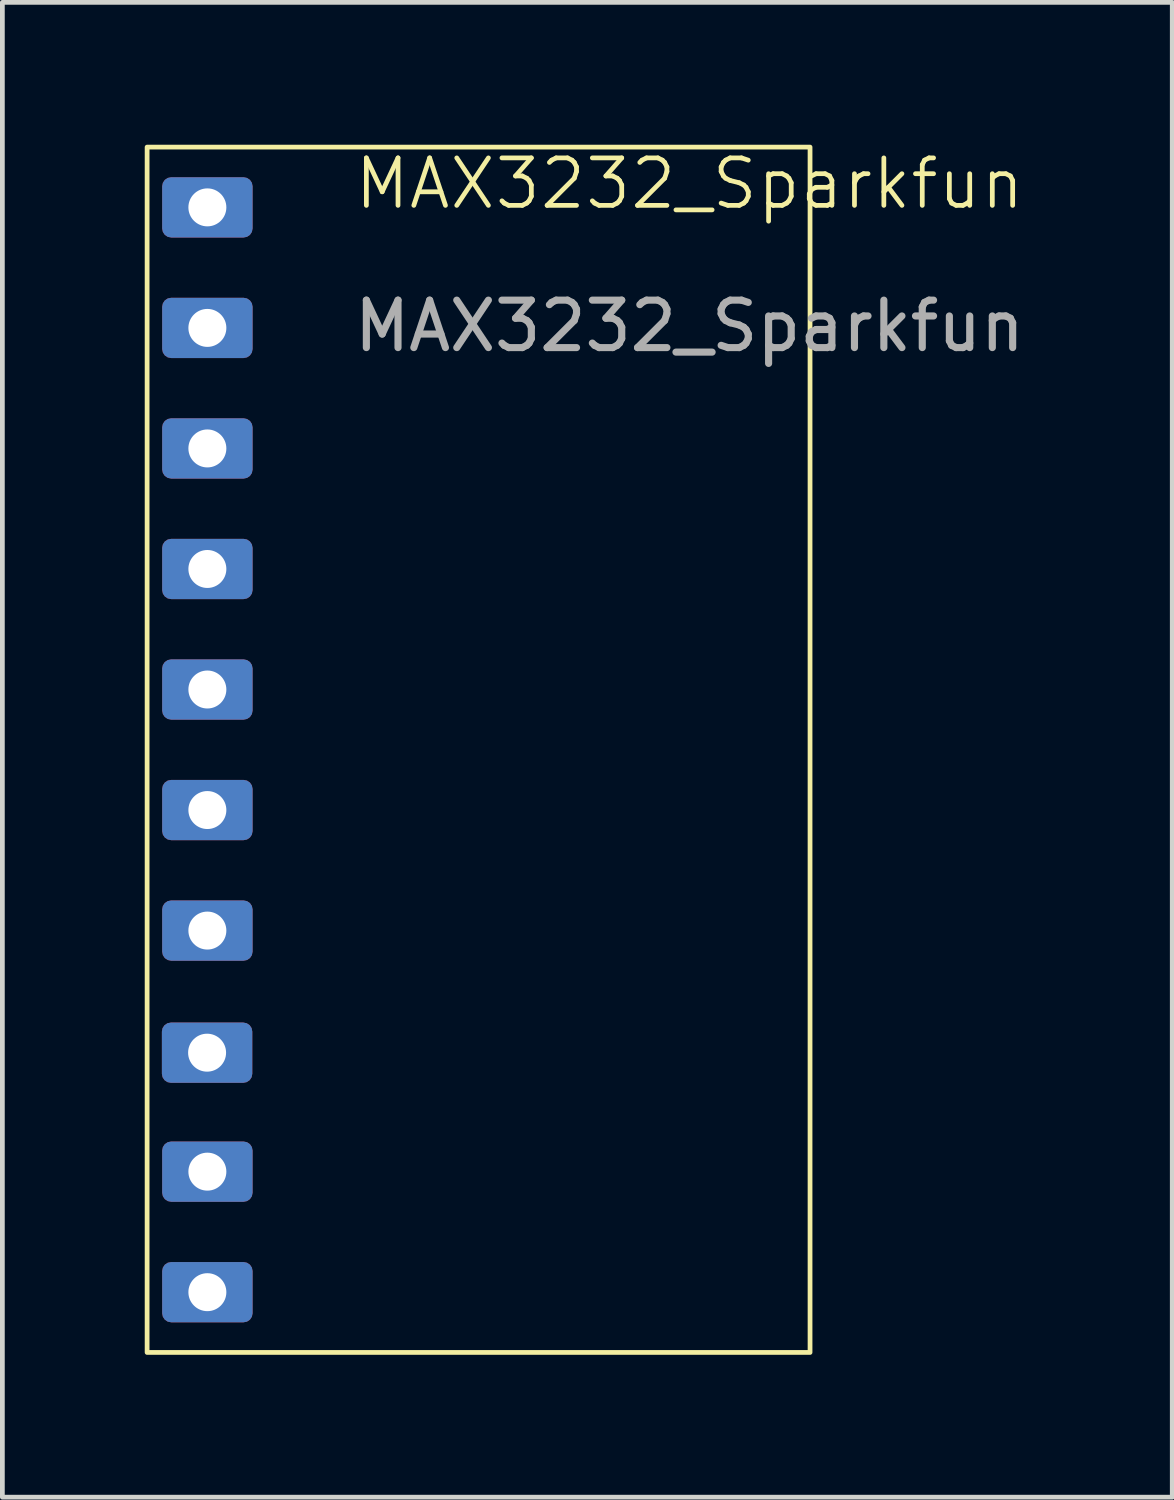
<source format=kicad_pcb>
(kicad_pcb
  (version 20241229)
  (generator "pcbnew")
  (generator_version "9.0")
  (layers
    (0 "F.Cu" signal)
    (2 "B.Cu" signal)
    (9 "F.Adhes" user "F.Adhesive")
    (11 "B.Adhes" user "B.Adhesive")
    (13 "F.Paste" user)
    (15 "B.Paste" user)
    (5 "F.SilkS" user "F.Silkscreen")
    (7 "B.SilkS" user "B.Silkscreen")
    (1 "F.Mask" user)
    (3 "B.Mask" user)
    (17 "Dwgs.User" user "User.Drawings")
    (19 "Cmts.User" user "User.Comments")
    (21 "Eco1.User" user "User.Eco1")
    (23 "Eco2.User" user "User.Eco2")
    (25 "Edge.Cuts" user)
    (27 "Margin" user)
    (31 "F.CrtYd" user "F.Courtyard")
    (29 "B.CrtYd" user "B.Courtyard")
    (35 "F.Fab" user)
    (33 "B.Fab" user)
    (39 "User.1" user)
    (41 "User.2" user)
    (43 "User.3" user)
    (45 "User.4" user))
  (footprint "MAX3232_Sparkfun"
    (layer "F.Cu")
    (at 11.48 1.32)
    (property "Reference" "MAX3232_Sparkfun" (at 0 -0.5 0) (unlocked yes) (layer "F.SilkS") (effects (font (size 1 1) (thickness 0.1))))
    (attr smd)
    (fp_rect (start -11.43 -1.27) (end 2.54 24.13) (stroke (width 0.1) (type default)) (fill no) (layer "F.SilkS"))
    (fp_text user "${REFERENCE}" (at 0 2.5 0) (unlocked yes) (layer "F.Fab") (effects (font (size 1 1) (thickness 0.15))))
    (pad "1" thru_hole roundrect (at -10.16 0) (size 1.905 1.27) (drill 0.8) (layers "*.Cu" "*.Mask") (roundrect_rratio 0.15))
    (pad "2" thru_hole roundrect (at -10.16 2.54) (size 1.905 1.27) (drill 0.8) (layers "*.Cu" "*.Mask") (roundrect_rratio 0.15))
    (pad "3" thru_hole roundrect (at -10.16 5.08) (size 1.905 1.27) (drill 0.8) (layers "*.Cu" "*.Mask") (roundrect_rratio 0.15))
    (pad "4" thru_hole roundrect (at -10.16 7.62) (size 1.905 1.27) (drill 0.8) (layers "*.Cu" "*.Mask") (roundrect_rratio 0.15))
    (pad "5" thru_hole roundrect (at -10.16 10.16) (size 1.905 1.27) (drill 0.8) (layers "*.Cu" "*.Mask") (roundrect_rratio 0.15))
    (pad "6" thru_hole roundrect (at -10.16 12.7) (size 1.905 1.27) (drill 0.8) (layers "*.Cu" "*.Mask") (roundrect_rratio 0.15))
    (pad "7" thru_hole roundrect (at -10.16 15.24) (size 1.905 1.27) (drill 0.8) (layers "*.Cu" "*.Mask") (roundrect_rratio 0.15))
    (pad "8" thru_hole roundrect (at -10.166 17.813) (size 1.905 1.27) (drill 0.8) (layers "*.Cu" "*.Mask") (roundrect_rratio 0.15))
    (pad "9" thru_hole roundrect (at -10.16 20.32) (size 1.905 1.27) (drill 0.8) (layers "*.Cu" "*.Mask") (roundrect_rratio 0.15))
    (pad "10" thru_hole roundrect (at -10.16 22.86) (size 1.905 1.27) (drill 0.8) (layers "*.Cu" "*.Mask") (roundrect_rratio 0.15)))
  (gr_rect
    (start -3 -3)
    (end 21.653 28.5)
    (stroke (width 0.1) (type default))
    (fill no)
    (layer "Edge.Cuts")))
</source>
